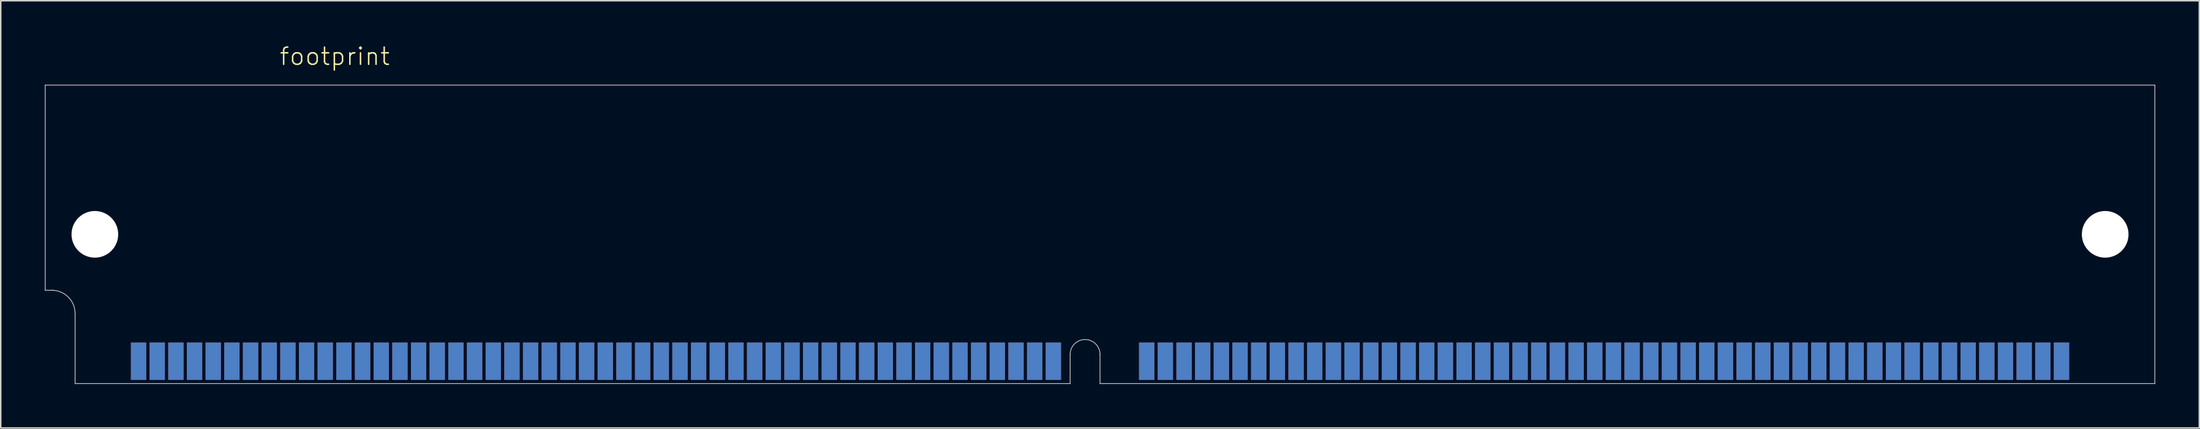
<source format=kicad_pcb>
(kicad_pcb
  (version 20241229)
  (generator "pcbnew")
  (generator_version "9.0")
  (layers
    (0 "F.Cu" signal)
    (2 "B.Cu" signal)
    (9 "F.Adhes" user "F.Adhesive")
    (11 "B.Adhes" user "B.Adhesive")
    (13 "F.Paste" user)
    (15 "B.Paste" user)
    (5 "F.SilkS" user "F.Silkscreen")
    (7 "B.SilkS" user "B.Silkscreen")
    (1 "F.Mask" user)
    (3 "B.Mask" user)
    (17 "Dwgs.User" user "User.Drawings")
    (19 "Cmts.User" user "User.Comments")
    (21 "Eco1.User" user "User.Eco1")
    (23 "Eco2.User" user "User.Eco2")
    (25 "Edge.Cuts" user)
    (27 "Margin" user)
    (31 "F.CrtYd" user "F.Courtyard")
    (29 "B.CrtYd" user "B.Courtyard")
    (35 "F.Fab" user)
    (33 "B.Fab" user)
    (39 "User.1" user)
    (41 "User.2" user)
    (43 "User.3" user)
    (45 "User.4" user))
  (footprint "footprint"
    (layer "F.Cu")
    (at 71.78 12.903)
    (property "Reference" "footprint" (at -55.88 -11.43 0) (layer "F.SilkS") (effects (font (size 1.168 1.168) (thickness 0.102)) (justify left bottom)))
    (fp_line (start -71.755 -10.16) (end 71.755 -10.16) (stroke (width 0.05) (type solid)) (layer "Edge.Cuts"))
    (fp_line (start -71.755 3.81) (end -71.755 -10.16) (stroke (width 0.05) (type solid)) (layer "Edge.Cuts"))
    (fp_line (start -71.755 3.81) (end -71.196 3.81) (stroke (width 0.05) (type solid)) (layer "Edge.Cuts"))
    (fp_line (start -69.723 10.16) (end -69.723 5.309) (stroke (width 0.05) (type solid)) (layer "Edge.Cuts"))
    (fp_line (start -2.032 8.179) (end -2.032 10.16) (stroke (width 0.05) (type solid)) (layer "Edge.Cuts"))
    (fp_line (start -2.032 10.16) (end -69.723 10.16) (stroke (width 0.05) (type solid)) (layer "Edge.Cuts"))
    (fp_line (start 0 8.179) (end 0 10.16) (stroke (width 0.05) (type solid)) (layer "Edge.Cuts"))
    (fp_line (start 71.755 -10.16) (end 71.755 10.16) (stroke (width 0.05) (type solid)) (layer "Edge.Cuts"))
    (fp_line (start 71.755 10.16) (end 0 10.16) (stroke (width 0.05) (type solid)) (layer "Edge.Cuts"))
    (fp_arc (start -71.2978 3.81) (mid -70.184248 4.271248) (end -69.723 5.3848) (stroke (width 0.05) (type solid)) (layer "Edge.Cuts"))
    (fp_arc (start -2.032 8.1788) (mid -1.016 7.1628) (end 0 8.1788) (stroke (width 0.05) (type solid)) (layer "Edge.Cuts"))
    (pad "" np_thru_hole circle (at -68.377 0) (size 3.175 3.175) (drill 3.175) (layers "*.Cu" "*.Mask"))
    (pad "" np_thru_hole circle (at 68.377 0) (size 3.175 3.175) (drill 3.175) (layers "*.Cu" "*.Mask"))
    (pad "1" smd rect (at -65.405 8.636) (size 1.041 2.54) (layers "F.Cu" "F.Mask" "F.Paste"))
    (pad "2" smd rect (at -64.135 8.636) (size 1.041 2.54) (layers "F.Cu" "F.Mask" "F.Paste"))
    (pad "3" smd rect (at -62.865 8.636) (size 1.041 2.54) (layers "F.Cu" "F.Mask" "F.Paste"))
    (pad "4" smd rect (at -61.595 8.636) (size 1.041 2.54) (layers "F.Cu" "F.Mask" "F.Paste"))
    (pad "5" smd rect (at -60.325 8.636) (size 1.041 2.54) (layers "F.Cu" "F.Mask" "F.Paste"))
    (pad "6" smd rect (at -59.055 8.636) (size 1.041 2.54) (layers "F.Cu" "F.Mask" "F.Paste"))
    (pad "7" smd rect (at -57.785 8.636) (size 1.041 2.54) (layers "F.Cu" "F.Mask" "F.Paste"))
    (pad "8" smd rect (at -56.515 8.636) (size 1.041 2.54) (layers "F.Cu" "F.Mask" "F.Paste"))
    (pad "9" smd rect (at -55.245 8.636) (size 1.041 2.54) (layers "F.Cu" "F.Mask" "F.Paste"))
    (pad "10" smd rect (at -53.975 8.636) (size 1.041 2.54) (layers "F.Cu" "F.Mask" "F.Paste"))
    (pad "11" smd rect (at -52.705 8.636) (size 1.041 2.54) (layers "F.Cu" "F.Mask" "F.Paste"))
    (pad "12" smd rect (at -51.435 8.636) (size 1.041 2.54) (layers "F.Cu" "F.Mask" "F.Paste"))
    (pad "13" smd rect (at -50.165 8.636) (size 1.041 2.54) (layers "F.Cu" "F.Mask" "F.Paste"))
    (pad "14" smd rect (at -48.895 8.636) (size 1.041 2.54) (layers "F.Cu" "F.Mask" "F.Paste"))
    (pad "15" smd rect (at -47.625 8.636) (size 1.041 2.54) (layers "F.Cu" "F.Mask" "F.Paste"))
    (pad "16" smd rect (at -46.355 8.636) (size 1.041 2.54) (layers "F.Cu" "F.Mask" "F.Paste"))
    (pad "17" smd rect (at -45.085 8.636) (size 1.041 2.54) (layers "F.Cu" "F.Mask" "F.Paste"))
    (pad "18" smd rect (at -43.815 8.636) (size 1.041 2.54) (layers "F.Cu" "F.Mask" "F.Paste"))
    (pad "19" smd rect (at -42.545 8.636) (size 1.041 2.54) (layers "F.Cu" "F.Mask" "F.Paste"))
    (pad "20" smd rect (at -41.275 8.636) (size 1.041 2.54) (layers "F.Cu" "F.Mask" "F.Paste"))
    (pad "21" smd rect (at -40.005 8.636) (size 1.041 2.54) (layers "F.Cu" "F.Mask" "F.Paste"))
    (pad "22" smd rect (at -38.735 8.636) (size 1.041 2.54) (layers "F.Cu" "F.Mask" "F.Paste"))
    (pad "23" smd rect (at -37.465 8.636) (size 1.041 2.54) (layers "F.Cu" "F.Mask" "F.Paste"))
    (pad "24" smd rect (at -36.195 8.636) (size 1.041 2.54) (layers "F.Cu" "F.Mask" "F.Paste"))
    (pad "25" smd rect (at -34.925 8.636) (size 1.041 2.54) (layers "F.Cu" "F.Mask" "F.Paste"))
    (pad "26" smd rect (at -33.655 8.636) (size 1.041 2.54) (layers "F.Cu" "F.Mask" "F.Paste"))
    (pad "27" smd rect (at -32.385 8.636) (size 1.041 2.54) (layers "F.Cu" "F.Mask" "F.Paste"))
    (pad "28" smd rect (at -31.115 8.636) (size 1.041 2.54) (layers "F.Cu" "F.Mask" "F.Paste"))
    (pad "29" smd rect (at -29.845 8.636) (size 1.041 2.54) (layers "F.Cu" "F.Mask" "F.Paste"))
    (pad "30" smd rect (at -28.575 8.636) (size 1.041 2.54) (layers "F.Cu" "F.Mask" "F.Paste"))
    (pad "31" smd rect (at -27.305 8.636) (size 1.041 2.54) (layers "F.Cu" "F.Mask" "F.Paste"))
    (pad "32" smd rect (at -26.035 8.636) (size 1.041 2.54) (layers "F.Cu" "F.Mask" "F.Paste"))
    (pad "33" smd rect (at -24.765 8.636) (size 1.041 2.54) (layers "F.Cu" "F.Mask" "F.Paste"))
    (pad "34" smd rect (at -23.495 8.636) (size 1.041 2.54) (layers "F.Cu" "F.Mask" "F.Paste"))
    (pad "35" smd rect (at -22.225 8.636) (size 1.041 2.54) (layers "F.Cu" "F.Mask" "F.Paste"))
    (pad "36" smd rect (at -20.955 8.636) (size 1.041 2.54) (layers "F.Cu" "F.Mask" "F.Paste"))
    (pad "37" smd rect (at -19.685 8.636) (size 1.041 2.54) (layers "F.Cu" "F.Mask" "F.Paste"))
    (pad "38" smd rect (at -18.415 8.636) (size 1.041 2.54) (layers "F.Cu" "F.Mask" "F.Paste"))
    (pad "39" smd rect (at -17.145 8.636) (size 1.041 2.54) (layers "F.Cu" "F.Mask" "F.Paste"))
    (pad "40" smd rect (at -15.875 8.636) (size 1.041 2.54) (layers "F.Cu" "F.Mask" "F.Paste"))
    (pad "41" smd rect (at -14.605 8.636) (size 1.041 2.54) (layers "F.Cu" "F.Mask" "F.Paste"))
    (pad "42" smd rect (at -13.335 8.636) (size 1.041 2.54) (layers "F.Cu" "F.Mask" "F.Paste"))
    (pad "43" smd rect (at -12.065 8.636) (size 1.041 2.54) (layers "F.Cu" "F.Mask" "F.Paste"))
    (pad "44" smd rect (at -10.795 8.636) (size 1.041 2.54) (layers "F.Cu" "F.Mask" "F.Paste"))
    (pad "45" smd rect (at -9.525 8.636) (size 1.041 2.54) (layers "F.Cu" "F.Mask" "F.Paste"))
    (pad "46" smd rect (at -8.255 8.636) (size 1.041 2.54) (layers "F.Cu" "F.Mask" "F.Paste"))
    (pad "47" smd rect (at -6.985 8.636) (size 1.041 2.54) (layers "F.Cu" "F.Mask" "F.Paste"))
    (pad "48" smd rect (at -5.715 8.636) (size 1.041 2.54) (layers "F.Cu" "F.Mask" "F.Paste"))
    (pad "49" smd rect (at -4.445 8.636) (size 1.041 2.54) (layers "F.Cu" "F.Mask" "F.Paste"))
    (pad "50" smd rect (at -3.175 8.636) (size 1.041 2.54) (layers "F.Cu" "F.Mask" "F.Paste"))
    (pad "51" smd rect (at 3.175 8.636) (size 1.041 2.54) (layers "F.Cu" "F.Mask" "F.Paste"))
    (pad "52" smd rect (at 4.445 8.636) (size 1.041 2.54) (layers "F.Cu" "F.Mask" "F.Paste"))
    (pad "53" smd rect (at 5.715 8.636) (size 1.041 2.54) (layers "F.Cu" "F.Mask" "F.Paste"))
    (pad "54" smd rect (at 6.985 8.636) (size 1.041 2.54) (layers "F.Cu" "F.Mask" "F.Paste"))
    (pad "55" smd rect (at 8.255 8.636) (size 1.041 2.54) (layers "F.Cu" "F.Mask" "F.Paste"))
    (pad "56" smd rect (at 9.525 8.636) (size 1.041 2.54) (layers "F.Cu" "F.Mask" "F.Paste"))
    (pad "57" smd rect (at 10.795 8.636) (size 1.041 2.54) (layers "F.Cu" "F.Mask" "F.Paste"))
    (pad "58" smd rect (at 12.065 8.636) (size 1.041 2.54) (layers "F.Cu" "F.Mask" "F.Paste"))
    (pad "59" smd rect (at 13.335 8.636) (size 1.041 2.54) (layers "F.Cu" "F.Mask" "F.Paste"))
    (pad "60" smd rect (at 14.605 8.636) (size 1.041 2.54) (layers "F.Cu" "F.Mask" "F.Paste"))
    (pad "61" smd rect (at 15.875 8.636) (size 1.041 2.54) (layers "F.Cu" "F.Mask" "F.Paste"))
    (pad "62" smd rect (at 17.145 8.636) (size 1.041 2.54) (layers "F.Cu" "F.Mask" "F.Paste"))
    (pad "63" smd rect (at 18.415 8.636) (size 1.041 2.54) (layers "F.Cu" "F.Mask" "F.Paste"))
    (pad "64" smd rect (at 19.685 8.636) (size 1.041 2.54) (layers "F.Cu" "F.Mask" "F.Paste"))
    (pad "65" smd rect (at 20.955 8.636) (size 1.041 2.54) (layers "F.Cu" "F.Mask" "F.Paste"))
    (pad "66" smd rect (at 22.225 8.636) (size 1.041 2.54) (layers "F.Cu" "F.Mask" "F.Paste"))
    (pad "67" smd rect (at 23.495 8.636) (size 1.041 2.54) (layers "F.Cu" "F.Mask" "F.Paste"))
    (pad "68" smd rect (at 24.765 8.636) (size 1.041 2.54) (layers "F.Cu" "F.Mask" "F.Paste"))
    (pad "69" smd rect (at 26.035 8.636) (size 1.041 2.54) (layers "F.Cu" "F.Mask" "F.Paste"))
    (pad "70" smd rect (at 27.305 8.636) (size 1.041 2.54) (layers "F.Cu" "F.Mask" "F.Paste"))
    (pad "71" smd rect (at 28.575 8.636) (size 1.041 2.54) (layers "F.Cu" "F.Mask" "F.Paste"))
    (pad "72" smd rect (at 29.845 8.636) (size 1.041 2.54) (layers "F.Cu" "F.Mask" "F.Paste"))
    (pad "73" smd rect (at 31.115 8.636) (size 1.041 2.54) (layers "F.Cu" "F.Mask" "F.Paste"))
    (pad "74" smd rect (at 32.385 8.636) (size 1.041 2.54) (layers "F.Cu" "F.Mask" "F.Paste"))
    (pad "75" smd rect (at 33.655 8.636) (size 1.041 2.54) (layers "F.Cu" "F.Mask" "F.Paste"))
    (pad "76" smd rect (at 34.925 8.636) (size 1.041 2.54) (layers "F.Cu" "F.Mask" "F.Paste"))
    (pad "77" smd rect (at 36.195 8.636) (size 1.041 2.54) (layers "F.Cu" "F.Mask" "F.Paste"))
    (pad "78" smd rect (at 37.465 8.636) (size 1.041 2.54) (layers "F.Cu" "F.Mask" "F.Paste"))
    (pad "79" smd rect (at 38.735 8.636) (size 1.041 2.54) (layers "F.Cu" "F.Mask" "F.Paste"))
    (pad "80" smd rect (at 40.005 8.636) (size 1.041 2.54) (layers "F.Cu" "F.Mask" "F.Paste"))
    (pad "81" smd rect (at 41.275 8.636) (size 1.041 2.54) (layers "F.Cu" "F.Mask" "F.Paste"))
    (pad "82" smd rect (at 42.545 8.636) (size 1.041 2.54) (layers "F.Cu" "F.Mask" "F.Paste"))
    (pad "83" smd rect (at 43.815 8.636) (size 1.041 2.54) (layers "F.Cu" "F.Mask" "F.Paste"))
    (pad "84" smd rect (at 45.085 8.636) (size 1.041 2.54) (layers "F.Cu" "F.Mask" "F.Paste"))
    (pad "85" smd rect (at 46.355 8.636) (size 1.041 2.54) (layers "F.Cu" "F.Mask" "F.Paste"))
    (pad "86" smd rect (at 47.625 8.636) (size 1.041 2.54) (layers "F.Cu" "F.Mask" "F.Paste"))
    (pad "87" smd rect (at 48.895 8.636) (size 1.041 2.54) (layers "F.Cu" "F.Mask" "F.Paste"))
    (pad "88" smd rect (at 50.165 8.636) (size 1.041 2.54) (layers "F.Cu" "F.Mask" "F.Paste"))
    (pad "89" smd rect (at 51.435 8.636) (size 1.041 2.54) (layers "F.Cu" "F.Mask" "F.Paste"))
    (pad "90" smd rect (at 52.705 8.636) (size 1.041 2.54) (layers "F.Cu" "F.Mask" "F.Paste"))
    (pad "91" smd rect (at 53.975 8.636) (size 1.041 2.54) (layers "F.Cu" "F.Mask" "F.Paste"))
    (pad "92" smd rect (at 55.245 8.636) (size 1.041 2.54) (layers "F.Cu" "F.Mask" "F.Paste"))
    (pad "93" smd rect (at 56.515 8.636) (size 1.041 2.54) (layers "F.Cu" "F.Mask" "F.Paste"))
    (pad "94" smd rect (at 57.785 8.636) (size 1.041 2.54) (layers "F.Cu" "F.Mask" "F.Paste"))
    (pad "95" smd rect (at 59.055 8.636) (size 1.041 2.54) (layers "F.Cu" "F.Mask" "F.Paste"))
    (pad "96" smd rect (at 60.325 8.636) (size 1.041 2.54) (layers "F.Cu" "F.Mask" "F.Paste"))
    (pad "97" smd rect (at 61.595 8.636) (size 1.041 2.54) (layers "F.Cu" "F.Mask" "F.Paste"))
    (pad "98" smd rect (at 62.865 8.636) (size 1.041 2.54) (layers "F.Cu" "F.Mask" "F.Paste"))
    (pad "99" smd rect (at 64.135 8.636) (size 1.041 2.54) (layers "F.Cu" "F.Mask" "F.Paste"))
    (pad "100" smd rect (at 65.405 8.636) (size 1.041 2.54) (layers "F.Cu" "F.Mask" "F.Paste"))
    (pad "101" smd rect (at -65.405 8.636) (size 1.041 2.54) (layers "B.Cu" "B.Mask" "B.Paste"))
    (pad "102" smd rect (at -64.135 8.636) (size 1.041 2.54) (layers "B.Cu" "B.Mask" "B.Paste"))
    (pad "103" smd rect (at -62.865 8.636) (size 1.041 2.54) (layers "B.Cu" "B.Mask" "B.Paste"))
    (pad "104" smd rect (at -61.595 8.636) (size 1.041 2.54) (layers "B.Cu" "B.Mask" "B.Paste"))
    (pad "105" smd rect (at -60.325 8.636) (size 1.041 2.54) (layers "B.Cu" "B.Mask" "B.Paste"))
    (pad "106" smd rect (at -59.055 8.636) (size 1.041 2.54) (layers "B.Cu" "B.Mask" "B.Paste"))
    (pad "107" smd rect (at -57.785 8.636) (size 1.041 2.54) (layers "B.Cu" "B.Mask" "B.Paste"))
    (pad "108" smd rect (at -56.515 8.636) (size 1.041 2.54) (layers "B.Cu" "B.Mask" "B.Paste"))
    (pad "109" smd rect (at -55.245 8.636) (size 1.041 2.54) (layers "B.Cu" "B.Mask" "B.Paste"))
    (pad "110" smd rect (at -53.975 8.636) (size 1.041 2.54) (layers "B.Cu" "B.Mask" "B.Paste"))
    (pad "111" smd rect (at -52.705 8.636) (size 1.041 2.54) (layers "B.Cu" "B.Mask" "B.Paste"))
    (pad "112" smd rect (at -51.435 8.636) (size 1.041 2.54) (layers "B.Cu" "B.Mask" "B.Paste"))
    (pad "113" smd rect (at -50.165 8.636) (size 1.041 2.54) (layers "B.Cu" "B.Mask" "B.Paste"))
    (pad "114" smd rect (at -48.895 8.636) (size 1.041 2.54) (layers "B.Cu" "B.Mask" "B.Paste"))
    (pad "115" smd rect (at -47.625 8.636) (size 1.041 2.54) (layers "B.Cu" "B.Mask" "B.Paste"))
    (pad "116" smd rect (at -46.355 8.636) (size 1.041 2.54) (layers "B.Cu" "B.Mask" "B.Paste"))
    (pad "117" smd rect (at -45.085 8.636) (size 1.041 2.54) (layers "B.Cu" "B.Mask" "B.Paste"))
    (pad "118" smd rect (at -43.815 8.636) (size 1.041 2.54) (layers "B.Cu" "B.Mask" "B.Paste"))
    (pad "119" smd rect (at -42.545 8.636) (size 1.041 2.54) (layers "B.Cu" "B.Mask" "B.Paste"))
    (pad "120" smd rect (at -41.275 8.636) (size 1.041 2.54) (layers "B.Cu" "B.Mask" "B.Paste"))
    (pad "121" smd rect (at -40.005 8.636) (size 1.041 2.54) (layers "B.Cu" "B.Mask" "B.Paste"))
    (pad "122" smd rect (at -38.735 8.636) (size 1.041 2.54) (layers "B.Cu" "B.Mask" "B.Paste"))
    (pad "123" smd rect (at -37.465 8.636) (size 1.041 2.54) (layers "B.Cu" "B.Mask" "B.Paste"))
    (pad "124" smd rect (at -36.195 8.636) (size 1.041 2.54) (layers "B.Cu" "B.Mask" "B.Paste"))
    (pad "125" smd rect (at -34.925 8.636) (size 1.041 2.54) (layers "B.Cu" "B.Mask" "B.Paste"))
    (pad "126" smd rect (at -33.655 8.636) (size 1.041 2.54) (layers "B.Cu" "B.Mask" "B.Paste"))
    (pad "127" smd rect (at -32.385 8.636) (size 1.041 2.54) (layers "B.Cu" "B.Mask" "B.Paste"))
    (pad "128" smd rect (at -31.115 8.636) (size 1.041 2.54) (layers "B.Cu" "B.Mask" "B.Paste"))
    (pad "129" smd rect (at -29.845 8.636) (size 1.041 2.54) (layers "B.Cu" "B.Mask" "B.Paste"))
    (pad "130" smd rect (at -28.575 8.636) (size 1.041 2.54) (layers "B.Cu" "B.Mask" "B.Paste"))
    (pad "131" smd rect (at -27.305 8.636) (size 1.041 2.54) (layers "B.Cu" "B.Mask" "B.Paste"))
    (pad "132" smd rect (at -26.035 8.636) (size 1.041 2.54) (layers "B.Cu" "B.Mask" "B.Paste"))
    (pad "133" smd rect (at -24.765 8.636) (size 1.041 2.54) (layers "B.Cu" "B.Mask" "B.Paste"))
    (pad "134" smd rect (at -23.495 8.636) (size 1.041 2.54) (layers "B.Cu" "B.Mask" "B.Paste"))
    (pad "135" smd rect (at -22.225 8.636) (size 1.041 2.54) (layers "B.Cu" "B.Mask" "B.Paste"))
    (pad "136" smd rect (at -20.955 8.636) (size 1.041 2.54) (layers "B.Cu" "B.Mask" "B.Paste"))
    (pad "137" smd rect (at -19.685 8.636) (size 1.041 2.54) (layers "B.Cu" "B.Mask" "B.Paste"))
    (pad "138" smd rect (at -18.415 8.636) (size 1.041 2.54) (layers "B.Cu" "B.Mask" "B.Paste"))
    (pad "139" smd rect (at -17.145 8.636) (size 1.041 2.54) (layers "B.Cu" "B.Mask" "B.Paste"))
    (pad "140" smd rect (at -15.875 8.636) (size 1.041 2.54) (layers "B.Cu" "B.Mask" "B.Paste"))
    (pad "141" smd rect (at -14.605 8.636) (size 1.041 2.54) (layers "B.Cu" "B.Mask" "B.Paste"))
    (pad "142" smd rect (at -13.335 8.636) (size 1.041 2.54) (layers "B.Cu" "B.Mask" "B.Paste"))
    (pad "143" smd rect (at -12.065 8.636) (size 1.041 2.54) (layers "B.Cu" "B.Mask" "B.Paste"))
    (pad "144" smd rect (at -10.795 8.636) (size 1.041 2.54) (layers "B.Cu" "B.Mask" "B.Paste"))
    (pad "145" smd rect (at -9.525 8.636) (size 1.041 2.54) (layers "B.Cu" "B.Mask" "B.Paste"))
    (pad "146" smd rect (at -8.255 8.636) (size 1.041 2.54) (layers "B.Cu" "B.Mask" "B.Paste"))
    (pad "147" smd rect (at -6.985 8.636) (size 1.041 2.54) (layers "B.Cu" "B.Mask" "B.Paste"))
    (pad "148" smd rect (at -5.715 8.636) (size 1.041 2.54) (layers "B.Cu" "B.Mask" "B.Paste"))
    (pad "149" smd rect (at -4.445 8.636) (size 1.041 2.54) (layers "B.Cu" "B.Mask" "B.Paste"))
    (pad "150" smd rect (at -3.175 8.636) (size 1.041 2.54) (layers "B.Cu" "B.Mask" "B.Paste"))
    (pad "151" smd rect (at 3.175 8.636) (size 1.041 2.54) (layers "B.Cu" "B.Mask" "B.Paste"))
    (pad "152" smd rect (at 4.445 8.636) (size 1.041 2.54) (layers "B.Cu" "B.Mask" "B.Paste"))
    (pad "153" smd rect (at 5.715 8.636) (size 1.041 2.54) (layers "B.Cu" "B.Mask" "B.Paste"))
    (pad "154" smd rect (at 6.985 8.636) (size 1.041 2.54) (layers "B.Cu" "B.Mask" "B.Paste"))
    (pad "155" smd rect (at 8.255 8.636) (size 1.041 2.54) (layers "B.Cu" "B.Mask" "B.Paste"))
    (pad "156" smd rect (at 9.525 8.636) (size 1.041 2.54) (layers "B.Cu" "B.Mask" "B.Paste"))
    (pad "157" smd rect (at 10.795 8.636) (size 1.041 2.54) (layers "B.Cu" "B.Mask" "B.Paste"))
    (pad "158" smd rect (at 12.065 8.636) (size 1.041 2.54) (layers "B.Cu" "B.Mask" "B.Paste"))
    (pad "159" smd rect (at 13.335 8.636) (size 1.041 2.54) (layers "B.Cu" "B.Mask" "B.Paste"))
    (pad "160" smd rect (at 14.605 8.636) (size 1.041 2.54) (layers "B.Cu" "B.Mask" "B.Paste"))
    (pad "161" smd rect (at 15.875 8.636) (size 1.041 2.54) (layers "B.Cu" "B.Mask" "B.Paste"))
    (pad "162" smd rect (at 17.145 8.636) (size 1.041 2.54) (layers "B.Cu" "B.Mask" "B.Paste"))
    (pad "163" smd rect (at 18.415 8.636) (size 1.041 2.54) (layers "B.Cu" "B.Mask" "B.Paste"))
    (pad "164" smd rect (at 19.685 8.636) (size 1.041 2.54) (layers "B.Cu" "B.Mask" "B.Paste"))
    (pad "165" smd rect (at 20.955 8.636) (size 1.041 2.54) (layers "B.Cu" "B.Mask" "B.Paste"))
    (pad "166" smd rect (at 22.225 8.636) (size 1.041 2.54) (layers "B.Cu" "B.Mask" "B.Paste"))
    (pad "167" smd rect (at 23.495 8.636) (size 1.041 2.54) (layers "B.Cu" "B.Mask" "B.Paste"))
    (pad "168" smd rect (at 24.765 8.636) (size 1.041 2.54) (layers "B.Cu" "B.Mask" "B.Paste"))
    (pad "169" smd rect (at 26.035 8.636) (size 1.041 2.54) (layers "B.Cu" "B.Mask" "B.Paste"))
    (pad "170" smd rect (at 27.305 8.636) (size 1.041 2.54) (layers "B.Cu" "B.Mask" "B.Paste"))
    (pad "171" smd rect (at 28.575 8.636) (size 1.041 2.54) (layers "B.Cu" "B.Mask" "B.Paste"))
    (pad "172" smd rect (at 29.845 8.636) (size 1.041 2.54) (layers "B.Cu" "B.Mask" "B.Paste"))
    (pad "173" smd rect (at 31.115 8.636) (size 1.041 2.54) (layers "B.Cu" "B.Mask" "B.Paste"))
    (pad "174" smd rect (at 32.385 8.636) (size 1.041 2.54) (layers "B.Cu" "B.Mask" "B.Paste"))
    (pad "175" smd rect (at 33.655 8.636) (size 1.041 2.54) (layers "B.Cu" "B.Mask" "B.Paste"))
    (pad "176" smd rect (at 34.925 8.636) (size 1.041 2.54) (layers "B.Cu" "B.Mask" "B.Paste"))
    (pad "177" smd rect (at 36.195 8.636) (size 1.041 2.54) (layers "B.Cu" "B.Mask" "B.Paste"))
    (pad "178" smd rect (at 37.465 8.636) (size 1.041 2.54) (layers "B.Cu" "B.Mask" "B.Paste"))
    (pad "179" smd rect (at 38.735 8.636) (size 1.041 2.54) (layers "B.Cu" "B.Mask" "B.Paste"))
    (pad "180" smd rect (at 40.005 8.636) (size 1.041 2.54) (layers "B.Cu" "B.Mask" "B.Paste"))
    (pad "181" smd rect (at 41.275 8.636) (size 1.041 2.54) (layers "B.Cu" "B.Mask" "B.Paste"))
    (pad "182" smd rect (at 42.545 8.636) (size 1.041 2.54) (layers "B.Cu" "B.Mask" "B.Paste"))
    (pad "183" smd rect (at 43.815 8.636) (size 1.041 2.54) (layers "B.Cu" "B.Mask" "B.Paste"))
    (pad "184" smd rect (at 45.085 8.636) (size 1.041 2.54) (layers "B.Cu" "B.Mask" "B.Paste"))
    (pad "185" smd rect (at 46.355 8.636) (size 1.041 2.54) (layers "B.Cu" "B.Mask" "B.Paste"))
    (pad "186" smd rect (at 47.625 8.636) (size 1.041 2.54) (layers "B.Cu" "B.Mask" "B.Paste"))
    (pad "187" smd rect (at 48.895 8.636) (size 1.041 2.54) (layers "B.Cu" "B.Mask" "B.Paste"))
    (pad "188" smd rect (at 50.165 8.636) (size 1.041 2.54) (layers "B.Cu" "B.Mask" "B.Paste"))
    (pad "189" smd rect (at 51.435 8.636) (size 1.041 2.54) (layers "B.Cu" "B.Mask" "B.Paste"))
    (pad "190" smd rect (at 52.705 8.636) (size 1.041 2.54) (layers "B.Cu" "B.Mask" "B.Paste"))
    (pad "191" smd rect (at 53.975 8.636) (size 1.041 2.54) (layers "B.Cu" "B.Mask" "B.Paste"))
    (pad "192" smd rect (at 55.245 8.636) (size 1.041 2.54) (layers "B.Cu" "B.Mask" "B.Paste"))
    (pad "193" smd rect (at 56.515 8.636) (size 1.041 2.54) (layers "B.Cu" "B.Mask" "B.Paste"))
    (pad "194" smd rect (at 57.785 8.636) (size 1.041 2.54) (layers "B.Cu" "B.Mask" "B.Paste"))
    (pad "195" smd rect (at 59.055 8.636) (size 1.041 2.54) (layers "B.Cu" "B.Mask" "B.Paste"))
    (pad "196" smd rect (at 60.325 8.636) (size 1.041 2.54) (layers "B.Cu" "B.Mask" "B.Paste"))
    (pad "197" smd rect (at 61.595 8.636) (size 1.041 2.54) (layers "B.Cu" "B.Mask" "B.Paste"))
    (pad "198" smd rect (at 62.865 8.636) (size 1.041 2.54) (layers "B.Cu" "B.Mask" "B.Paste"))
    (pad "199" smd rect (at 64.135 8.636) (size 1.041 2.54) (layers "B.Cu" "B.Mask" "B.Paste"))
    (pad "200" smd rect (at 65.405 8.636) (size 1.041 2.54) (layers "B.Cu" "B.Mask" "B.Paste")))
  (gr_rect
    (start -3 -3)
    (end 146.56 26.088)
    (stroke (width 0.1) (type default))
    (fill no)
    (layer "Edge.Cuts")))
</source>
